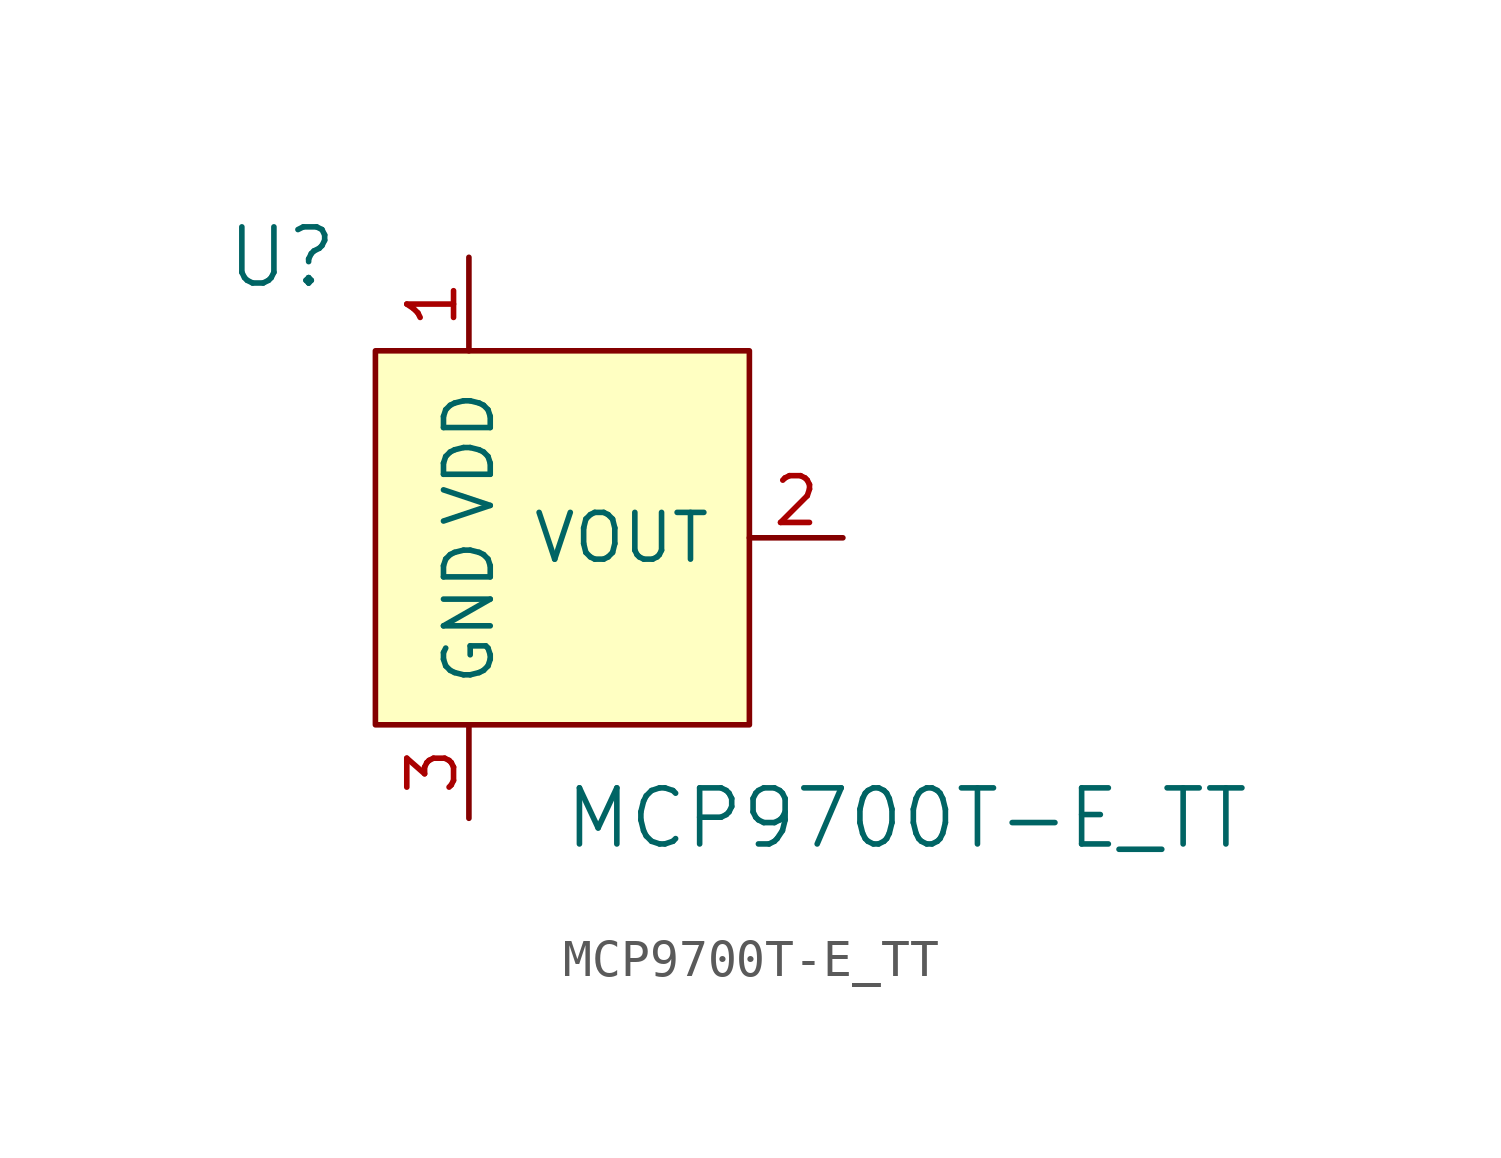
<source format=kicad_sym>
(kicad_symbol_lib
  (version 20231120)
  (generator "kicad_symbol_editor")
  (generator_version "8.0")
  (symbol "MCP9700T-E_TT"
    (pin_names
      (offset 1.016))
    (property "Reference" "U"
      (at -5.08 7.62 0)
      (effects (font (size 1.524 1.524))))
    (property "Value" "MCP9700T-E_TT"
      (at 2.54 -7.62 0)
      (effects (font (size 1.524 1.524)) (justify left)))
    (symbol "MCP9700T-E_TT_0_1"
      (rectangle (start 7.62 5.08) (end -2.54 -5.08) (stroke (width 0) (type solid)) (fill (type background))))
    (symbol "MCP9700T-E_TT_1_1"
      (pin power_in line (at 0 7.62 270) (length 2.54) (name "VDD" (effects (font (size 1.27 1.27)))) (number "1" (effects (font (size 1.27 1.27)))))
      (pin output line (at 10.16 0 180) (length 2.54) (name "VOUT" (effects (font (size 1.27 1.27)))) (number "2" (effects (font (size 1.27 1.27)))))
      (pin power_in line (at 0 -7.62 90) (length 2.54) (name "GND" (effects (font (size 1.27 1.27)))) (number "3" (effects (font (size 1.27 1.27))))))))
</source>
